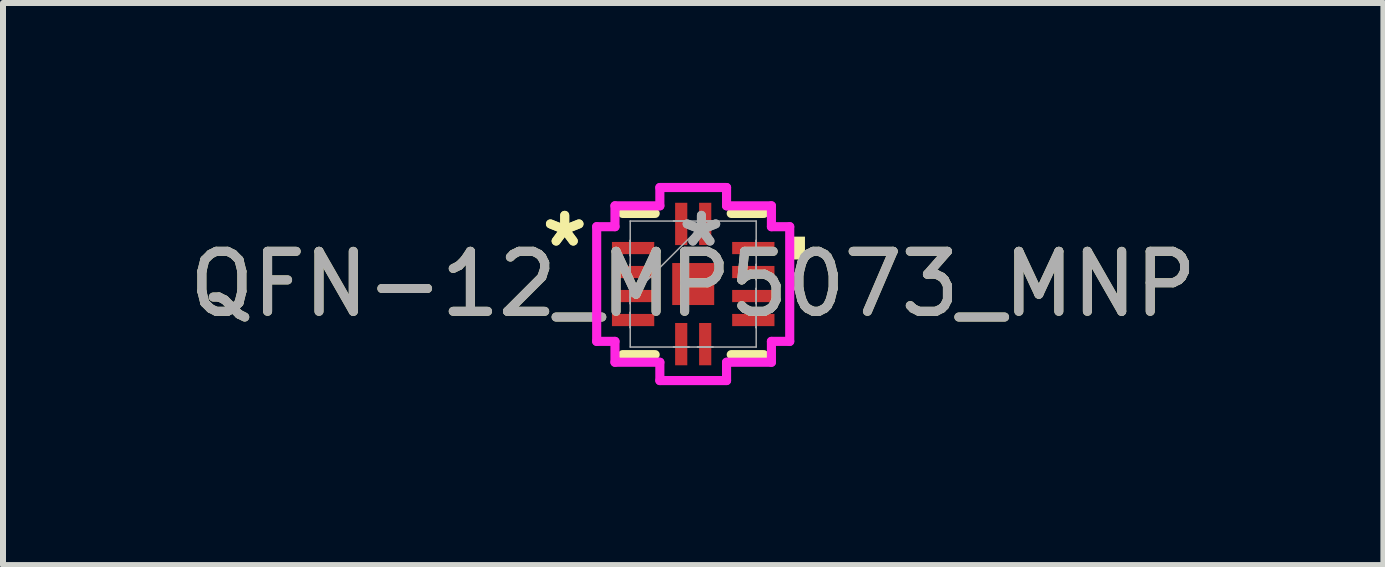
<source format=kicad_pcb>
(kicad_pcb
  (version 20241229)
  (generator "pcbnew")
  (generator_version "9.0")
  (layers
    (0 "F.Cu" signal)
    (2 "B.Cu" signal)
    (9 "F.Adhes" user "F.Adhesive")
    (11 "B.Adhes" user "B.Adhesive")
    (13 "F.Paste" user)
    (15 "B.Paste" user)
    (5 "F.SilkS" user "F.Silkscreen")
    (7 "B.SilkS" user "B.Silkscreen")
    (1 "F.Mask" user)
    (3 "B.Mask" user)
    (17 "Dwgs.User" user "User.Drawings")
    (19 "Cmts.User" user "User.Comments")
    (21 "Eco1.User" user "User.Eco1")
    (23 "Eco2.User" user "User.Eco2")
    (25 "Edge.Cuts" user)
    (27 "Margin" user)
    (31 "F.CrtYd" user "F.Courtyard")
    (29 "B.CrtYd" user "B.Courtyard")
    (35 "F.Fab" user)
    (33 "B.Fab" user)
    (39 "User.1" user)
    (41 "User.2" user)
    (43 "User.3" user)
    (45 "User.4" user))
  (footprint "QFN-12_MP5073_MNP"
    (layer "F.Cu")
    (at 8.506 1.685)
    (property "Reference" "QFN-12_MP5073_MNP" (at 0 0 0) (unlocked yes) (layer "F.SilkS") (effects (font (size 1 1) (thickness 0.15))))
    (attr smd)
    (fp_line (start -1.177 1.177) (end -0.634 1.177) (stroke (width 0.152) (type solid)) (layer "F.SilkS"))
    (fp_line (start -0.634 -1.177) (end -1.177 -1.177) (stroke (width 0.152) (type solid)) (layer "F.SilkS"))
    (fp_line (start 0.634 1.177) (end 1.177 1.177) (stroke (width 0.152) (type solid)) (layer "F.SilkS"))
    (fp_line (start 1.177 -1.177) (end 0.634 -1.177) (stroke (width 0.152) (type solid)) (layer "F.SilkS"))
    (fp_poly (pts (xy 1.863 -0.79) (xy 1.863 -0.409) (xy 1.609 -0.409) (xy 1.609 -0.79)) (stroke (width 0) (type solid)) (fill yes) (layer "F.SilkS"))
    (fp_line (start -1.609 -0.956) (end -1.304 -0.956) (stroke (width 0.152) (type solid)) (layer "F.CrtYd"))
    (fp_line (start -1.609 0.956) (end -1.609 -0.956) (stroke (width 0.152) (type solid)) (layer "F.CrtYd"))
    (fp_line (start -1.304 -1.304) (end -0.556 -1.304) (stroke (width 0.152) (type solid)) (layer "F.CrtYd"))
    (fp_line (start -1.304 -0.956) (end -1.304 -1.304) (stroke (width 0.152) (type solid)) (layer "F.CrtYd"))
    (fp_line (start -1.304 0.956) (end -1.609 0.956) (stroke (width 0.152) (type solid)) (layer "F.CrtYd"))
    (fp_line (start -1.304 1.304) (end -1.304 0.956) (stroke (width 0.152) (type solid)) (layer "F.CrtYd"))
    (fp_line (start -0.556 -1.609) (end 0.556 -1.609) (stroke (width 0.152) (type solid)) (layer "F.CrtYd"))
    (fp_line (start -0.556 -1.304) (end -0.556 -1.609) (stroke (width 0.152) (type solid)) (layer "F.CrtYd"))
    (fp_line (start -0.556 1.304) (end -1.304 1.304) (stroke (width 0.152) (type solid)) (layer "F.CrtYd"))
    (fp_line (start -0.556 1.609) (end -0.556 1.304) (stroke (width 0.152) (type solid)) (layer "F.CrtYd"))
    (fp_line (start 0.556 -1.609) (end 0.556 -1.304) (stroke (width 0.152) (type solid)) (layer "F.CrtYd"))
    (fp_line (start 0.556 -1.304) (end 1.304 -1.304) (stroke (width 0.152) (type solid)) (layer "F.CrtYd"))
    (fp_line (start 0.556 1.304) (end 0.556 1.609) (stroke (width 0.152) (type solid)) (layer "F.CrtYd"))
    (fp_line (start 0.556 1.609) (end -0.556 1.609) (stroke (width 0.152) (type solid)) (layer "F.CrtYd"))
    (fp_line (start 1.304 -1.304) (end 1.304 -0.956) (stroke (width 0.152) (type solid)) (layer "F.CrtYd"))
    (fp_line (start 1.304 -0.956) (end 1.609 -0.956) (stroke (width 0.152) (type solid)) (layer "F.CrtYd"))
    (fp_line (start 1.304 0.956) (end 1.304 1.304) (stroke (width 0.152) (type solid)) (layer "F.CrtYd"))
    (fp_line (start 1.304 1.304) (end 0.556 1.304) (stroke (width 0.152) (type solid)) (layer "F.CrtYd"))
    (fp_line (start 1.609 -0.956) (end 1.609 0.956) (stroke (width 0.152) (type solid)) (layer "F.CrtYd"))
    (fp_line (start 1.609 0.956) (end 1.304 0.956) (stroke (width 0.152) (type solid)) (layer "F.CrtYd"))
    (fp_line (start -1.05 -1.05) (end -1.05 1.05) (stroke (width 0.025) (type solid)) (layer "F.Fab"))
    (fp_line (start -1.05 -0.727) (end -1.05 -0.727) (stroke (width 0.025) (type solid)) (layer "F.Fab"))
    (fp_line (start -1.05 -0.727) (end -1.05 -0.473) (stroke (width 0.025) (type solid)) (layer "F.Fab"))
    (fp_line (start -1.05 -0.473) (end -1.05 -0.727) (stroke (width 0.025) (type solid)) (layer "F.Fab"))
    (fp_line (start -1.05 -0.473) (end -1.05 -0.473) (stroke (width 0.025) (type solid)) (layer "F.Fab"))
    (fp_line (start -1.05 -0.327) (end -1.05 -0.327) (stroke (width 0.025) (type solid)) (layer "F.Fab"))
    (fp_line (start -1.05 -0.327) (end -1.05 -0.073) (stroke (width 0.025) (type solid)) (layer "F.Fab"))
    (fp_line (start -1.05 -0.073) (end -1.05 -0.327) (stroke (width 0.025) (type solid)) (layer "F.Fab"))
    (fp_line (start -1.05 -0.073) (end -1.05 -0.073) (stroke (width 0.025) (type solid)) (layer "F.Fab"))
    (fp_line (start -1.05 0.073) (end -1.05 0.073) (stroke (width 0.025) (type solid)) (layer "F.Fab"))
    (fp_line (start -1.05 0.073) (end -1.05 0.327) (stroke (width 0.025) (type solid)) (layer "F.Fab"))
    (fp_line (start -1.05 0.22) (end 0.22 -1.05) (stroke (width 0.025) (type solid)) (layer "F.Fab"))
    (fp_line (start -1.05 0.327) (end -1.05 0.073) (stroke (width 0.025) (type solid)) (layer "F.Fab"))
    (fp_line (start -1.05 0.327) (end -1.05 0.327) (stroke (width 0.025) (type solid)) (layer "F.Fab"))
    (fp_line (start -1.05 0.473) (end -1.05 0.473) (stroke (width 0.025) (type solid)) (layer "F.Fab"))
    (fp_line (start -1.05 0.473) (end -1.05 0.727) (stroke (width 0.025) (type solid)) (layer "F.Fab"))
    (fp_line (start -1.05 0.727) (end -1.05 0.473) (stroke (width 0.025) (type solid)) (layer "F.Fab"))
    (fp_line (start -1.05 0.727) (end -1.05 0.727) (stroke (width 0.025) (type solid)) (layer "F.Fab"))
    (fp_line (start -1.05 1.05) (end 1.05 1.05) (stroke (width 0.025) (type solid)) (layer "F.Fab"))
    (fp_line (start -0.327 -1.05) (end -0.327 -1.05) (stroke (width 0.025) (type solid)) (layer "F.Fab"))
    (fp_line (start -0.327 -1.05) (end -0.073 -1.05) (stroke (width 0.025) (type solid)) (layer "F.Fab"))
    (fp_line (start -0.327 1.05) (end -0.327 1.05) (stroke (width 0.025) (type solid)) (layer "F.Fab"))
    (fp_line (start -0.327 1.05) (end -0.073 1.05) (stroke (width 0.025) (type solid)) (layer "F.Fab"))
    (fp_line (start -0.073 -1.05) (end -0.327 -1.05) (stroke (width 0.025) (type solid)) (layer "F.Fab"))
    (fp_line (start -0.073 -1.05) (end -0.073 -1.05) (stroke (width 0.025) (type solid)) (layer "F.Fab"))
    (fp_line (start -0.073 1.05) (end -0.327 1.05) (stroke (width 0.025) (type solid)) (layer "F.Fab"))
    (fp_line (start -0.073 1.05) (end -0.073 1.05) (stroke (width 0.025) (type solid)) (layer "F.Fab"))
    (fp_line (start 0.073 -1.05) (end 0.073 -1.05) (stroke (width 0.025) (type solid)) (layer "F.Fab"))
    (fp_line (start 0.073 -1.05) (end 0.327 -1.05) (stroke (width 0.025) (type solid)) (layer "F.Fab"))
    (fp_line (start 0.073 1.05) (end 0.073 1.05) (stroke (width 0.025) (type solid)) (layer "F.Fab"))
    (fp_line (start 0.073 1.05) (end 0.327 1.05) (stroke (width 0.025) (type solid)) (layer "F.Fab"))
    (fp_line (start 0.327 -1.05) (end 0.073 -1.05) (stroke (width 0.025) (type solid)) (layer "F.Fab"))
    (fp_line (start 0.327 -1.05) (end 0.327 -1.05) (stroke (width 0.025) (type solid)) (layer "F.Fab"))
    (fp_line (start 0.327 1.05) (end 0.073 1.05) (stroke (width 0.025) (type solid)) (layer "F.Fab"))
    (fp_line (start 0.327 1.05) (end 0.327 1.05) (stroke (width 0.025) (type solid)) (layer "F.Fab"))
    (fp_line (start 1.05 -1.05) (end -1.05 -1.05) (stroke (width 0.025) (type solid)) (layer "F.Fab"))
    (fp_line (start 1.05 -0.727) (end 1.05 -0.727) (stroke (width 0.025) (type solid)) (layer "F.Fab"))
    (fp_line (start 1.05 -0.727) (end 1.05 -0.473) (stroke (width 0.025) (type solid)) (layer "F.Fab"))
    (fp_line (start 1.05 -0.473) (end 1.05 -0.727) (stroke (width 0.025) (type solid)) (layer "F.Fab"))
    (fp_line (start 1.05 -0.473) (end 1.05 -0.473) (stroke (width 0.025) (type solid)) (layer "F.Fab"))
    (fp_line (start 1.05 -0.327) (end 1.05 -0.327) (stroke (width 0.025) (type solid)) (layer "F.Fab"))
    (fp_line (start 1.05 -0.327) (end 1.05 -0.073) (stroke (width 0.025) (type solid)) (layer "F.Fab"))
    (fp_line (start 1.05 -0.073) (end 1.05 -0.327) (stroke (width 0.025) (type solid)) (layer "F.Fab"))
    (fp_line (start 1.05 -0.073) (end 1.05 -0.073) (stroke (width 0.025) (type solid)) (layer "F.Fab"))
    (fp_line (start 1.05 0.073) (end 1.05 0.073) (stroke (width 0.025) (type solid)) (layer "F.Fab"))
    (fp_line (start 1.05 0.073) (end 1.05 0.327) (stroke (width 0.025) (type solid)) (layer "F.Fab"))
    (fp_line (start 1.05 0.327) (end 1.05 0.073) (stroke (width 0.025) (type solid)) (layer "F.Fab"))
    (fp_line (start 1.05 0.327) (end 1.05 0.327) (stroke (width 0.025) (type solid)) (layer "F.Fab"))
    (fp_line (start 1.05 0.473) (end 1.05 0.473) (stroke (width 0.025) (type solid)) (layer "F.Fab"))
    (fp_line (start 1.05 0.473) (end 1.05 0.727) (stroke (width 0.025) (type solid)) (layer "F.Fab"))
    (fp_line (start 1.05 0.727) (end 1.05 0.473) (stroke (width 0.025) (type solid)) (layer "F.Fab"))
    (fp_line (start 1.05 0.727) (end 1.05 0.727) (stroke (width 0.025) (type solid)) (layer "F.Fab"))
    (fp_line (start 1.05 1.05) (end 1.05 -1.05) (stroke (width 0.025) (type solid)) (layer "F.Fab"))
    (fp_text user "*" (at -2.142 -0.6 0) (layer "F.SilkS") (effects (font (size 1 1) (thickness 0.15))))
    (fp_text user "*" (at -2.142 -0.6 0) (unlocked yes) (layer "F.SilkS") (effects (font (size 1 1) (thickness 0.15))))
    (fp_text user "${REFERENCE}" (at 0 0 0) (unlocked yes) (layer "F.Fab") (effects (font (size 1 1) (thickness 0.15))))
    (fp_text user "*" (at 0.137 -0.6 0) (unlocked yes) (layer "F.Fab") (effects (font (size 1 1) (thickness 0.15))))
    (fp_text user "*" (at 0.137 -0.6 0) (layer "F.Fab") (effects (font (size 1 1) (thickness 0.15))))
    (pad "1" smd rect (at -1.002 -0.6 90) (size 0.203 0.705) (layers "F.Cu" "F.Mask" "F.Paste"))
    (pad "2" smd rect (at -1.002 -0.2 90) (size 0.203 0.705) (layers "F.Cu" "F.Mask" "F.Paste"))
    (pad "3" smd rect (at -1.002 0.2 90) (size 0.203 0.705) (layers "F.Cu" "F.Mask" "F.Paste"))
    (pad "4" smd rect (at -1.002 0.6 90) (size 0.203 0.705) (layers "F.Cu" "F.Mask" "F.Paste"))
    (pad "5" smd rect (at -0.2 1.002) (size 0.203 0.705) (layers "F.Cu" "F.Mask" "F.Paste"))
    (pad "6" smd rect (at 0.2 1.002) (size 0.203 0.705) (layers "F.Cu" "F.Mask" "F.Paste"))
    (pad "7" smd rect (at 1.002 0.6 90) (size 0.203 0.705) (layers "F.Cu" "F.Mask" "F.Paste"))
    (pad "8" smd rect (at 1.002 0.2 90) (size 0.203 0.705) (layers "F.Cu" "F.Mask" "F.Paste"))
    (pad "9" smd rect (at 1.002 -0.2 90) (size 0.203 0.705) (layers "F.Cu" "F.Mask" "F.Paste"))
    (pad "10" smd rect (at 1.002 -0.6 90) (size 0.203 0.705) (layers "F.Cu" "F.Mask" "F.Paste"))
    (pad "11" smd rect (at 0.2 -1.002) (size 0.203 0.705) (layers "F.Cu" "F.Mask" "F.Paste"))
    (pad "12" smd rect (at -0.2 -1.002) (size 0.203 0.705) (layers "F.Cu" "F.Mask" "F.Paste"))
    (pad "13" smd rect (at 0 0) (size 0.7 0.7) (layers "F.Cu" "F.Mask" "F.Paste")))
  (gr_rect
    (start -3 -3)
    (end 20.012 6.37)
    (stroke (width 0.1) (type default))
    (fill no)
    (layer "Edge.Cuts")))
</source>
